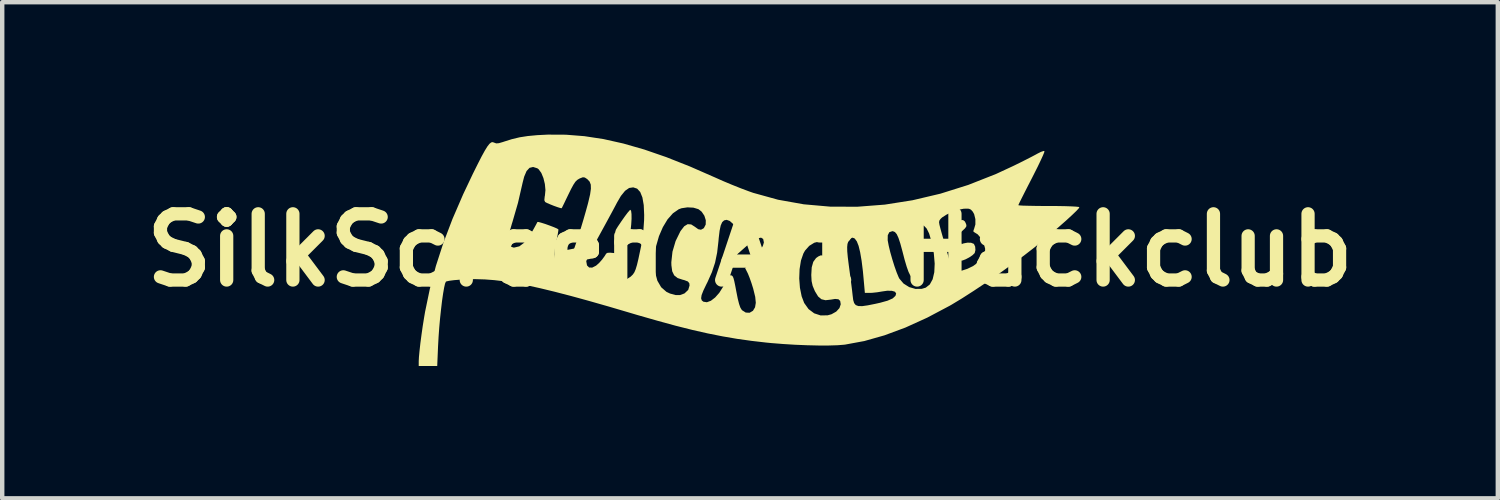
<source format=kicad_pcb>
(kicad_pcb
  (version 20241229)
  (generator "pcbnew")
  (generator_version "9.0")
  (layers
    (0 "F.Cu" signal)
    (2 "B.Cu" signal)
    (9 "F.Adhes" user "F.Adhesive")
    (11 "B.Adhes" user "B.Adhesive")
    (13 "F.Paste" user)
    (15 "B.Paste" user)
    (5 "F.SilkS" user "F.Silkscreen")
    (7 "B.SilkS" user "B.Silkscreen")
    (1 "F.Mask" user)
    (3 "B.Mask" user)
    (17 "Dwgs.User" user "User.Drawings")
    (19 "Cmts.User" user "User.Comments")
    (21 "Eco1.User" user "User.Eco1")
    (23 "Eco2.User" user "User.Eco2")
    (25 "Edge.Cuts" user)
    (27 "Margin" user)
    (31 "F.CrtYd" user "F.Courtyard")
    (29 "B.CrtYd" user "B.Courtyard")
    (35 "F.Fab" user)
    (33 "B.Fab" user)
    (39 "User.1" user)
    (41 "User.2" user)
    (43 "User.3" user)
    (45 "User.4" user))
  (footprint "SilkScreen Art Hackclub"
    (layer "F.Cu")
    (at 13.943 2.616)
    (property "Reference" "SilkScreen Art Hackclub" (at 0 0 0) (layer "F.SilkS") (effects (font (size 1.5 1.5) (thickness 0.3))))
    (attr board_only exclude_from_pos_files exclude_from_bom)
    (fp_poly (pts (xy 4.864 -0.653) (xy 4.886 -0.613) (xy 4.903 -0.566) (xy 4.898 -0.529) (xy 4.864 -0.485) (xy 4.797 -0.424) (xy 4.727 -0.365) (xy 4.674 -0.325) (xy 4.654 -0.314) (xy 4.633 -0.338) (xy 4.6 -0.4) (xy 4.574 -0.458) (xy 4.513 -0.602) (xy 4.59 -0.632) (xy 4.676 -0.659) (xy 4.758 -0.677) (xy 4.826 -0.68)) (stroke (width 0) (type solid)) (fill yes) (layer "F.SilkS"))
    (fp_poly (pts (xy -2.694 -0.887) (xy -2.685 -0.815) (xy -2.684 -0.708) (xy -2.692 -0.577) (xy -2.701 -0.492) (xy -2.716 -0.402) (xy -2.743 -0.356) (xy -2.795 -0.345) (xy -2.887 -0.359) (xy -2.897 -0.361) (xy -2.98 -0.378) (xy -3.031 -0.394) (xy -3.051 -0.417) (xy -3.04 -0.459) (xy -2.998 -0.528) (xy -2.926 -0.635) (xy -2.911 -0.657) (xy -2.838 -0.761) (xy -2.775 -0.845) (xy -2.729 -0.899) (xy -2.711 -0.913)) (stroke (width 0) (type solid)) (fill yes) (layer "F.SilkS"))
    (fp_poly (pts (xy 5.008 -0.166) (xy 5.069 -0.142) (xy 5.074 -0.137) (xy 5.101 -0.079) (xy 5.107 -0.001) (xy 5.091 0.065) (xy 5.087 0.071) (xy 5.037 0.119) (xy 4.965 0.167) (xy 4.885 0.209) (xy 4.813 0.236) (xy 4.765 0.241) (xy 4.757 0.235) (xy 4.743 0.195) (xy 4.727 0.125) (xy 4.724 0.114) (xy 4.707 0.031) (xy 4.691 -0.033) (xy 4.69 -0.036) (xy 4.703 -0.082) (xy 4.757 -0.121) (xy 4.837 -0.151) (xy 4.926 -0.168)) (stroke (width 0) (type solid)) (fill yes) (layer "F.SilkS"))
    (fp_poly (pts (xy -4.171 -2.614) (xy -3.753 -2.581) (xy -3.32 -2.515) (xy -2.869 -2.414) (xy -2.395 -2.278) (xy -1.894 -2.105) (xy -1.361 -1.894) (xy -0.799 -1.648) (xy -0.61 -1.564) (xy -0.407 -1.479) (xy -0.207 -1.399) (xy -0.028 -1.332) (xy 0.071 -1.297) (xy 0.635 -1.141) (xy 1.218 -1.037) (xy 1.818 -0.984) (xy 2.431 -0.982) (xy 3.054 -1.03) (xy 3.682 -1.129) (xy 4.314 -1.278) (xy 4.944 -1.476) (xy 5.571 -1.723) (xy 5.95 -1.899) (xy 6.106 -1.975) (xy 6.253 -2.049) (xy 6.382 -2.115) (xy 6.478 -2.166) (xy 6.514 -2.186) (xy 6.592 -2.225) (xy 6.651 -2.245) (xy 6.671 -2.243) (xy 6.665 -2.212) (xy 6.635 -2.139) (xy 6.585 -2.03) (xy 6.519 -1.892) (xy 6.439 -1.733) (xy 6.386 -1.628) (xy 6.299 -1.459) (xy 6.222 -1.308) (xy 6.158 -1.181) (xy 6.11 -1.085) (xy 6.084 -1.029) (xy 6.079 -1.017) (xy 6.106 -1.012) (xy 6.183 -1.007) (xy 6.301 -1.004) (xy 6.452 -1.001) (xy 6.63 -0.999) (xy 6.762 -0.999) (xy 6.963 -0.998) (xy 7.14 -0.995) (xy 7.285 -0.99) (xy 7.391 -0.984) (xy 7.451 -0.977) (xy 7.462 -0.972) (xy 7.447 -0.944) (xy 7.39 -0.883) (xy 7.293 -0.79) (xy 7.16 -0.668) (xy 6.993 -0.521) (xy 6.794 -0.349) (xy 6.664 -0.238) (xy 6.452 -0.066) (xy 6.204 0.126) (xy 5.93 0.328) (xy 5.642 0.535) (xy 5.35 0.737) (xy 5.065 0.926) (xy 4.8 1.096) (xy 4.565 1.238) (xy 4.523 1.262) (xy 4.015 1.531) (xy 3.522 1.755) (xy 3.045 1.932) (xy 2.589 2.061) (xy 2.156 2.141) (xy 2.132 2.144) (xy 1.98 2.156) (xy 1.783 2.162) (xy 1.55 2.162) (xy 1.293 2.156) (xy 1.023 2.145) (xy 0.75 2.128) (xy 0.485 2.107) (xy 0.371 2.096) (xy 0.034 2.057) (xy -0.294 2.011) (xy -0.621 1.955) (xy -0.958 1.888) (xy -1.311 1.808) (xy -1.689 1.713) (xy -2.101 1.6) (xy -2.556 1.47) (xy -2.697 1.428) (xy -3.199 1.28) (xy -3.651 1.151) (xy -3.865 1.092) (xy -1.108 1.092) (xy -1.093 1.14) (xy -1.056 1.17) (xy -0.977 1.182) (xy -0.886 1.148) (xy -0.79 1.074) (xy -0.697 0.969) (xy -0.615 0.839) (xy -0.558 0.71) (xy -0.522 0.624) (xy -0.486 0.582) (xy -0.443 0.571) (xy -0.416 0.575) (xy -0.395 0.592) (xy -0.376 0.631) (xy -0.357 0.702) (xy -0.334 0.813) (xy -0.311 0.935) (xy -0.278 1.101) (xy -0.248 1.22) (xy -0.22 1.301) (xy -0.189 1.352) (xy -0.18 1.363) (xy -0.096 1.416) (xy -0.009 1.42) (xy 0.067 1.375) (xy 0.068 1.373) (xy 0.114 1.296) (xy 0.131 1.194) (xy 0.118 1.06) (xy 0.075 0.885) (xy 0.073 0.876) (xy 0.033 0.748) (xy -0.004 0.643) (xy 1.115 0.643) (xy 1.131 0.855) (xy 1.17 1.048) (xy 1.227 1.198) (xy 1.326 1.337) (xy 1.454 1.433) (xy 1.601 1.481) (xy 1.759 1.478) (xy 1.846 1.454) (xy 1.953 1.394) (xy 2.026 1.315) (xy 2.055 1.229) (xy 2.055 1.226) (xy 2.043 1.152) (xy 2.003 1.114) (xy 1.927 1.107) (xy 1.835 1.122) (xy 1.711 1.136) (xy 1.618 1.114) (xy 1.543 1.051) (xy 1.474 0.938) (xy 1.465 0.92) (xy 1.419 0.81) (xy 1.395 0.702) (xy 1.388 0.567) (xy 1.388 0.561) (xy 1.398 0.391) (xy 1.433 0.267) (xy 1.496 0.181) (xy 1.546 0.145) (xy 1.601 0.12) (xy 1.65 0.123) (xy 1.719 0.155) (xy 1.72 0.156) (xy 1.816 0.19) (xy 1.881 0.18) (xy 1.91 0.13) (xy 1.9 0.045) (xy 1.869 -0.029) (xy 1.838 -0.069) (xy 2.201 -0.069) (xy 2.203 0.029) (xy 2.215 0.161) (xy 2.237 0.337) (xy 2.252 0.449) (xy 2.274 0.613) (xy 2.295 0.777) (xy 2.313 0.921) (xy 2.325 1.029) (xy 2.326 1.036) (xy 2.338 1.132) (xy 2.359 1.201) (xy 2.395 1.246) (xy 2.454 1.268) (xy 2.543 1.27) (xy 2.668 1.252) (xy 2.838 1.218) (xy 2.95 1.193) (xy 3.118 1.146) (xy 3.233 1.095) (xy 3.295 1.037) (xy 3.311 0.985) (xy 3.285 0.944) (xy 3.215 0.923) (xy 3.109 0.921) (xy 2.996 0.937) (xy 2.882 0.956) (xy 2.769 0.968) (xy 2.719 0.97) (xy 2.602 0.97) (xy 2.585 0.778) (xy 2.558 0.482) (xy 2.528 0.24) (xy 2.495 0.048) (xy 2.46 -0.096) (xy 2.42 -0.197) (xy 2.4 -0.224) (xy 3.119 -0.224) (xy 3.121 -0.212) (xy 3.143 -0.096) (xy 3.178 0.049) (xy 3.223 0.207) (xy 3.272 0.364) (xy 3.321 0.503) (xy 3.365 0.61) (xy 3.383 0.646) (xy 3.478 0.758) (xy 3.604 0.838) (xy 3.748 0.88) (xy 3.892 0.878) (xy 3.982 0.851) (xy 4.073 0.779) (xy 4.138 0.661) (xy 4.175 0.502) (xy 4.184 0.307) (xy 4.165 0.081) (xy 4.153 0.009) (xy 4.107 -0.21) (xy 4.058 -0.375) (xy 4.002 -0.488) (xy 3.94 -0.552) (xy 3.876 -0.571) (xy 3.822 -0.555) (xy 3.791 -0.506) (xy 3.782 -0.418) (xy 3.794 -0.285) (xy 3.821 -0.132) (xy 3.855 0.068) (xy 3.875 0.249) (xy 3.88 0.403) (xy 3.869 0.518) (xy 3.852 0.573) (xy 3.8 0.616) (xy 3.725 0.626) (xy 3.661 0.605) (xy 3.627 0.567) (xy 3.591 0.493) (xy 3.55 0.378) (xy 3.502 0.216) (xy 3.453 0.026) (xy 3.405 -0.15) (xy 3.363 -0.277) (xy 3.324 -0.361) (xy 3.283 -0.409) (xy 3.238 -0.427) (xy 3.224 -0.428) (xy 3.156 -0.405) (xy 3.121 -0.336) (xy 3.119 -0.224) (xy 2.4 -0.224) (xy 2.376 -0.257) (xy 2.36 -0.269) (xy 2.315 -0.282) (xy 2.272 -0.254) (xy 2.253 -0.232) (xy 2.226 -0.191) (xy 2.208 -0.139) (xy 2.201 -0.069) (xy 1.838 -0.069) (xy 1.79 -0.129) (xy 1.689 -0.184) (xy 1.573 -0.196) (xy 1.455 -0.166) (xy 1.342 -0.096) (xy 1.246 0.012) (xy 1.209 0.078) (xy 1.154 0.237) (xy 1.123 0.432) (xy 1.115 0.643) (xy -0.004 0.643) (xy -0.009 0.629) (xy -0.046 0.537) (xy -0.056 0.516) (xy -0.111 0.407) (xy -0.023 0.325) (xy 0.072 0.225) (xy 0.162 0.113) (xy 0.238 0.001) (xy 0.292 -0.098) (xy 0.314 -0.171) (xy 0.314 -0.175) (xy 0.298 -0.252) (xy 0.25 -0.282) (xy 0.171 -0.265) (xy 0.061 -0.202) (xy -0.079 -0.091) (xy -0.17 -0.011) (xy -0.255 0.065) (xy -0.319 0.115) (xy -0.355 0.136) (xy -0.36 0.128) (xy -0.348 0.076) (xy -0.337 -0.017) (xy -0.327 -0.137) (xy -0.322 -0.215) (xy -0.315 -0.345) (xy -0.315 -0.433) (xy -0.322 -0.491) (xy -0.34 -0.534) (xy -0.37 -0.576) (xy -0.384 -0.593) (xy -0.429 -0.633) (xy 4.283 -0.633) (xy 4.292 -0.573) (xy 4.313 -0.491) (xy 4.334 -0.414) (xy 4.366 -0.301) (xy 4.405 -0.164) (xy 4.448 -0.015) (xy 4.49 0.133) (xy 4.529 0.267) (xy 4.56 0.374) (xy 4.58 0.442) (xy 4.582 0.449) (xy 4.619 0.478) (xy 4.697 0.482) (xy 4.807 0.463) (xy 4.924 0.425) (xy 5.054 0.362) (xy 5.173 0.276) (xy 5.266 0.182) (xy 5.32 0.09) (xy 5.324 0.075) (xy 5.327 -0.032) (xy 5.295 -0.152) (xy 5.236 -0.266) (xy 5.159 -0.356) (xy 5.083 -0.403) (xy 5.058 -0.425) (xy 5.072 -0.47) (xy 5.076 -0.478) (xy 5.106 -0.58) (xy 5.106 -0.701) (xy 5.078 -0.814) (xy 5.047 -0.87) (xy 5.005 -0.916) (xy 4.959 -0.937) (xy 4.889 -0.939) (xy 4.836 -0.936) (xy 4.717 -0.912) (xy 4.584 -0.866) (xy 4.455 -0.805) (xy 4.353 -0.74) (xy 4.318 -0.707) (xy 4.292 -0.672) (xy 4.283 -0.633) (xy -0.429 -0.633) (xy -0.459 -0.66) (xy -0.529 -0.685) (xy -0.53 -0.685) (xy -0.587 -0.673) (xy -0.631 -0.632) (xy -0.664 -0.557) (xy -0.689 -0.44) (xy -0.709 -0.275) (xy -0.715 -0.204) (xy -0.745 0.058) (xy -0.792 0.285) (xy -0.863 0.5) (xy -0.963 0.724) (xy -0.988 0.773) (xy -1.057 0.917) (xy -1.097 1.02) (xy -1.108 1.092) (xy -3.865 1.092) (xy -4.059 1.039) (xy -4.425 0.944) (xy -4.755 0.864) (xy -5.052 0.798) (xy -5.321 0.747) (xy -5.567 0.708) (xy -5.793 0.681) (xy -6.004 0.665) (xy -6.204 0.659) (xy -6.264 0.659) (xy -6.425 0.663) (xy -6.577 0.671) (xy -6.711 0.682) (xy -6.816 0.696) (xy -6.879 0.71) (xy -6.891 0.717) (xy -6.91 0.761) (xy -6.931 0.854) (xy -6.954 0.987) (xy -6.978 1.152) (xy -7 1.34) (xy -7.022 1.543) (xy -7.041 1.753) (xy -7.056 1.961) (xy -7.067 2.158) (xy -7.068 2.176) (xy -7.087 2.626) (xy -7.296 2.626) (xy -7.506 2.626) (xy -7.506 2.518) (xy -7.501 2.423) (xy -7.488 2.285) (xy -7.469 2.114) (xy -7.444 1.924) (xy -7.416 1.726) (xy -7.385 1.533) (xy -7.362 1.398) (xy -7.254 0.878) (xy -7.117 0.36) (xy -6.947 -0.165) (xy -6.911 -0.259) (xy -5.475 -0.259) (xy -5.469 -0.153) (xy -5.433 -0.087) (xy -5.365 -0.058) (xy -5.34 -0.057) (xy -5.226 -0.085) (xy -5.114 -0.169) (xy -5.001 -0.31) (xy -4.946 -0.4) (xy -4.89 -0.5) (xy -4.846 -0.58) (xy -4.82 -0.63) (xy -4.816 -0.637) (xy -4.789 -0.636) (xy -4.724 -0.618) (xy -4.635 -0.59) (xy -4.538 -0.555) (xy -4.446 -0.52) (xy -4.376 -0.49) (xy -4.342 -0.47) (xy -4.343 -0.44) (xy -4.355 -0.366) (xy -4.375 -0.261) (xy -4.393 -0.176) (xy -4.422 -0.022) (xy -4.435 0.086) (xy -4.432 0.158) (xy -4.426 0.179) (xy -4.379 0.255) (xy -4.312 0.28) (xy -4.227 0.256) (xy -3.71 0.256) (xy -3.693 0.348) (xy -3.645 0.395) (xy -3.575 0.397) (xy -3.488 0.353) (xy -3.42 0.293) (xy -3.352 0.216) (xy -3.299 0.144) (xy -3.282 0.118) (xy -3.259 0.08) (xy -3.227 0.062) (xy -3.17 0.059) (xy -3.074 0.068) (xy -2.981 0.079) (xy -2.914 0.09) (xy -2.89 0.097) (xy -2.892 0.128) (xy -2.908 0.199) (xy -2.934 0.295) (xy -2.938 0.307) (xy -2.975 0.443) (xy -2.993 0.537) (xy -2.991 0.599) (xy -2.97 0.642) (xy -2.962 0.651) (xy -2.893 0.683) (xy -2.805 0.667) (xy -2.707 0.604) (xy -2.7 0.598) (xy -2.654 0.553) (xy -2.62 0.503) (xy -2.591 0.435) (xy -2.561 0.336) (xy -2.546 0.273) (xy -2.169 0.273) (xy -2.151 0.503) (xy -2.099 0.694) (xy -2.013 0.842) (xy -1.894 0.946) (xy -1.812 0.985) (xy -1.685 1.019) (xy -1.585 1.019) (xy -1.492 0.985) (xy -1.48 0.978) (xy -1.4 0.902) (xy -1.37 0.803) (xy -1.375 0.753) (xy -1.407 0.712) (xy -1.49 0.68) (xy -1.524 0.672) (xy -1.64 0.634) (xy -1.718 0.573) (xy -1.763 0.48) (xy -1.781 0.346) (xy -1.783 0.276) (xy -1.757 0.037) (xy -1.686 -0.204) (xy -1.578 -0.425) (xy -1.57 -0.437) (xy -1.49 -0.54) (xy -1.413 -0.587) (xy -1.333 -0.581) (xy -1.254 -0.531) (xy -1.173 -0.473) (xy -1.111 -0.461) (xy -1.055 -0.491) (xy -1.044 -0.501) (xy -1.004 -0.578) (xy -1.002 -0.676) (xy -1.034 -0.778) (xy -1.095 -0.869) (xy -1.169 -0.927) (xy -1.282 -0.961) (xy -1.418 -0.968) (xy -1.552 -0.948) (xy -1.615 -0.925) (xy -1.747 -0.833) (xy -1.869 -0.695) (xy -1.975 -0.519) (xy -2.063 -0.315) (xy -2.127 -0.092) (xy -2.163 0.139) (xy -2.169 0.273) (xy -2.546 0.273) (xy -2.53 0.206) (xy -2.462 -0.116) (xy -2.419 -0.404) (xy -2.4 -0.674) (xy -2.398 -0.794) (xy -2.408 -1.019) (xy -2.438 -1.192) (xy -2.488 -1.316) (xy -2.558 -1.392) (xy -2.646 -1.421) (xy -2.739 -1.407) (xy -2.831 -1.343) (xy -2.925 -1.227) (xy -3.012 -1.078) (xy -3.059 -0.989) (xy -3.128 -0.86) (xy -3.212 -0.705) (xy -3.305 -0.534) (xy -3.401 -0.359) (xy -3.415 -0.333) (xy -3.503 -0.172) (xy -3.58 -0.025) (xy -3.642 0.1) (xy -3.687 0.193) (xy -3.709 0.248) (xy -3.71 0.256) (xy -4.227 0.256) (xy -4.222 0.255) (xy -4.175 0.23) (xy -4.101 0.174) (xy -4.045 0.113) (xy -4.042 0.108) (xy -4.017 0.056) (xy -3.981 -0.042) (xy -3.935 -0.176) (xy -3.883 -0.336) (xy -3.828 -0.512) (xy -3.773 -0.695) (xy -3.721 -0.876) (xy -3.675 -1.043) (xy -3.663 -1.09) (xy -3.623 -1.262) (xy -3.605 -1.39) (xy -3.608 -1.483) (xy -3.634 -1.551) (xy -3.683 -1.603) (xy -3.688 -1.608) (xy -3.743 -1.644) (xy -3.787 -1.65) (xy -3.848 -1.627) (xy -3.866 -1.619) (xy -3.914 -1.59) (xy -3.956 -1.549) (xy -4 -1.483) (xy -4.054 -1.384) (xy -4.113 -1.264) (xy -4.171 -1.144) (xy -4.219 -1.044) (xy -4.253 -0.975) (xy -4.267 -0.948) (xy -4.267 -0.948) (xy -4.295 -0.952) (xy -4.359 -0.972) (xy -4.443 -1.002) (xy -4.528 -1.036) (xy -4.6 -1.067) (xy -4.641 -1.089) (xy -4.642 -1.089) (xy -4.66 -1.13) (xy -4.652 -1.212) (xy -4.647 -1.234) (xy -4.635 -1.359) (xy -4.648 -1.497) (xy -4.681 -1.632) (xy -4.729 -1.749) (xy -4.789 -1.831) (xy -4.819 -1.853) (xy -4.915 -1.883) (xy -4.996 -1.863) (xy -5.063 -1.79) (xy -5.117 -1.663) (xy -5.152 -1.527) (xy -5.257 -1.07) (xy -5.384 -0.632) (xy -5.393 -0.605) (xy -5.449 -0.409) (xy -5.475 -0.259) (xy -6.911 -0.259) (xy -6.742 -0.703) (xy -6.499 -1.265) (xy -6.28 -1.727) (xy -6.17 -1.948) (xy -6.081 -2.122) (xy -6.009 -2.253) (xy -5.951 -2.347) (xy -5.904 -2.407) (xy -5.865 -2.439) (xy -5.83 -2.446) (xy -5.797 -2.434) (xy -5.794 -2.433) (xy -5.75 -2.417) (xy -5.69 -2.422) (xy -5.597 -2.449) (xy -5.574 -2.457) (xy -5.396 -2.513) (xy -5.221 -2.555) (xy -5.034 -2.584) (xy -4.82 -2.604) (xy -4.581 -2.616)) (stroke (width 0) (type solid)) (fill yes) (layer "F.SilkS")))
  (gr_rect
    (start -3 -3)
    (end 30.886 8.241)
    (stroke (width 0.1) (type default))
    (fill no)
    (layer "Edge.Cuts")))
</source>
